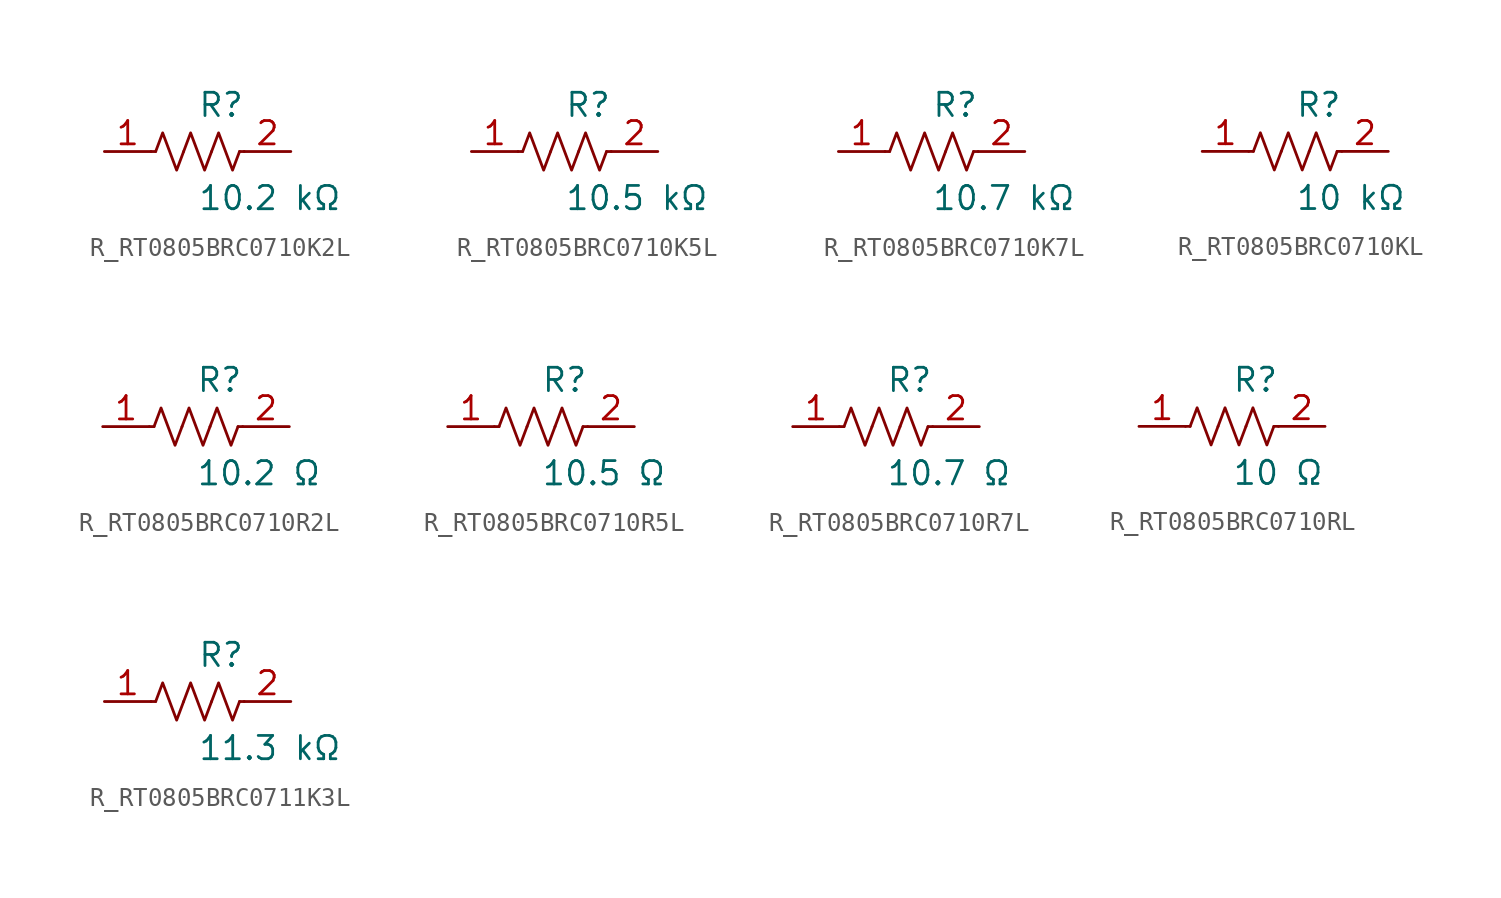
<source format=kicad_sym>
(kicad_symbol_lib
  (version 20231120)
  (generator kicad_symbol_editor)
  (generator_version 8.0)
  (symbol "R_RT0805BRC0710K2L"
    (pin_names
      (offset 0.254))
    (property "Reference" "R"
      (at 0 2.54 0)
      (effects (font (size 1.27 1.27)) (justify left)))
    (property "Value" "10.2 kΩ"
      (at 0 -2.54 0)
      (effects (font (size 1.27 1.27)) (justify left)))
    (symbol "R_RT0805BRC0710K2L_0_1"
      (polyline (pts (xy 2.286 0) (xy 2.54 0)) (stroke (width 0) (type default)) (fill (type none)))
      (polyline (pts (xy -2.286 0) (xy -2.54 0)) (stroke (width 0) (type default)) (fill (type none)))
      (polyline (pts (xy 0.762 0) (xy 1.143 1.016) (xy 1.524 0) (xy 1.905 -1.016) (xy 2.286 0)) (stroke (width 0) (type default)) (fill (type none)))
      (polyline (pts (xy -0.762 0) (xy -0.381 1.016) (xy 0 0) (xy 0.381 -1.016) (xy 0.762 0)) (stroke (width 0) (type default)) (fill (type none)))
      (polyline (pts (xy -2.286 0) (xy -1.905 1.016) (xy -1.524 0) (xy -1.143 -1.016) (xy -0.762 0)) (stroke (width 0) (type default)) (fill (type none))))
    (pin unspecified line
      (at -5.08 0 0)
      (length 2.54)
      (name "" (effects (font (size 1.27 1.27))))
      (number "1" (effects (font (size 1.27 1.27)))))
    (pin unspecified line
      (at 5.08 0 180)
      (length 2.54)
      (name "" (effects (font (size 1.27 1.27))))
      (number "2" (effects (font (size 1.27 1.27))))))
  (symbol "R_RT0805BRC0710K5L"
    (pin_names
      (offset 0.254))
    (property "Reference" "R"
      (at 0 2.54 0)
      (effects (font (size 1.27 1.27)) (justify left)))
    (property "Value" "10.5 kΩ"
      (at 0 -2.54 0)
      (effects (font (size 1.27 1.27)) (justify left)))
    (symbol "R_RT0805BRC0710K5L_0_1"
      (polyline (pts (xy 2.286 0) (xy 2.54 0)) (stroke (width 0) (type default)) (fill (type none)))
      (polyline (pts (xy -2.286 0) (xy -2.54 0)) (stroke (width 0) (type default)) (fill (type none)))
      (polyline (pts (xy 0.762 0) (xy 1.143 1.016) (xy 1.524 0) (xy 1.905 -1.016) (xy 2.286 0)) (stroke (width 0) (type default)) (fill (type none)))
      (polyline (pts (xy -0.762 0) (xy -0.381 1.016) (xy 0 0) (xy 0.381 -1.016) (xy 0.762 0)) (stroke (width 0) (type default)) (fill (type none)))
      (polyline (pts (xy -2.286 0) (xy -1.905 1.016) (xy -1.524 0) (xy -1.143 -1.016) (xy -0.762 0)) (stroke (width 0) (type default)) (fill (type none))))
    (pin unspecified line
      (at -5.08 0 0)
      (length 2.54)
      (name "" (effects (font (size 1.27 1.27))))
      (number "1" (effects (font (size 1.27 1.27)))))
    (pin unspecified line
      (at 5.08 0 180)
      (length 2.54)
      (name "" (effects (font (size 1.27 1.27))))
      (number "2" (effects (font (size 1.27 1.27))))))
  (symbol "R_RT0805BRC0710K7L"
    (pin_names
      (offset 0.254))
    (property "Reference" "R"
      (at 0 2.54 0)
      (effects (font (size 1.27 1.27)) (justify left)))
    (property "Value" "10.7 kΩ"
      (at 0 -2.54 0)
      (effects (font (size 1.27 1.27)) (justify left)))
    (symbol "R_RT0805BRC0710K7L_0_1"
      (polyline (pts (xy 2.286 0) (xy 2.54 0)) (stroke (width 0) (type default)) (fill (type none)))
      (polyline (pts (xy -2.286 0) (xy -2.54 0)) (stroke (width 0) (type default)) (fill (type none)))
      (polyline (pts (xy 0.762 0) (xy 1.143 1.016) (xy 1.524 0) (xy 1.905 -1.016) (xy 2.286 0)) (stroke (width 0) (type default)) (fill (type none)))
      (polyline (pts (xy -0.762 0) (xy -0.381 1.016) (xy 0 0) (xy 0.381 -1.016) (xy 0.762 0)) (stroke (width 0) (type default)) (fill (type none)))
      (polyline (pts (xy -2.286 0) (xy -1.905 1.016) (xy -1.524 0) (xy -1.143 -1.016) (xy -0.762 0)) (stroke (width 0) (type default)) (fill (type none))))
    (pin unspecified line
      (at -5.08 0 0)
      (length 2.54)
      (name "" (effects (font (size 1.27 1.27))))
      (number "1" (effects (font (size 1.27 1.27)))))
    (pin unspecified line
      (at 5.08 0 180)
      (length 2.54)
      (name "" (effects (font (size 1.27 1.27))))
      (number "2" (effects (font (size 1.27 1.27))))))
  (symbol "R_RT0805BRC0710KL"
    (pin_names
      (offset 0.254))
    (property "Reference" "R"
      (at 0 2.54 0)
      (effects (font (size 1.27 1.27)) (justify left)))
    (property "Value" "10 kΩ"
      (at 0 -2.54 0)
      (effects (font (size 1.27 1.27)) (justify left)))
    (symbol "R_RT0805BRC0710KL_0_1"
      (polyline (pts (xy 2.286 0) (xy 2.54 0)) (stroke (width 0) (type default)) (fill (type none)))
      (polyline (pts (xy -2.286 0) (xy -2.54 0)) (stroke (width 0) (type default)) (fill (type none)))
      (polyline (pts (xy 0.762 0) (xy 1.143 1.016) (xy 1.524 0) (xy 1.905 -1.016) (xy 2.286 0)) (stroke (width 0) (type default)) (fill (type none)))
      (polyline (pts (xy -0.762 0) (xy -0.381 1.016) (xy 0 0) (xy 0.381 -1.016) (xy 0.762 0)) (stroke (width 0) (type default)) (fill (type none)))
      (polyline (pts (xy -2.286 0) (xy -1.905 1.016) (xy -1.524 0) (xy -1.143 -1.016) (xy -0.762 0)) (stroke (width 0) (type default)) (fill (type none))))
    (pin unspecified line
      (at -5.08 0 0)
      (length 2.54)
      (name "" (effects (font (size 1.27 1.27))))
      (number "1" (effects (font (size 1.27 1.27)))))
    (pin unspecified line
      (at 5.08 0 180)
      (length 2.54)
      (name "" (effects (font (size 1.27 1.27))))
      (number "2" (effects (font (size 1.27 1.27))))))
  (symbol "R_RT0805BRC0710R2L"
    (pin_names
      (offset 0.254))
    (property "Reference" "R"
      (at 0 2.54 0)
      (effects (font (size 1.27 1.27)) (justify left)))
    (property "Value" "10.2 Ω"
      (at 0 -2.54 0)
      (effects (font (size 1.27 1.27)) (justify left)))
    (symbol "R_RT0805BRC0710R2L_0_1"
      (polyline (pts (xy 2.286 0) (xy 2.54 0)) (stroke (width 0) (type default)) (fill (type none)))
      (polyline (pts (xy -2.286 0) (xy -2.54 0)) (stroke (width 0) (type default)) (fill (type none)))
      (polyline (pts (xy 0.762 0) (xy 1.143 1.016) (xy 1.524 0) (xy 1.905 -1.016) (xy 2.286 0)) (stroke (width 0) (type default)) (fill (type none)))
      (polyline (pts (xy -0.762 0) (xy -0.381 1.016) (xy 0 0) (xy 0.381 -1.016) (xy 0.762 0)) (stroke (width 0) (type default)) (fill (type none)))
      (polyline (pts (xy -2.286 0) (xy -1.905 1.016) (xy -1.524 0) (xy -1.143 -1.016) (xy -0.762 0)) (stroke (width 0) (type default)) (fill (type none))))
    (pin unspecified line
      (at -5.08 0 0)
      (length 2.54)
      (name "" (effects (font (size 1.27 1.27))))
      (number "1" (effects (font (size 1.27 1.27)))))
    (pin unspecified line
      (at 5.08 0 180)
      (length 2.54)
      (name "" (effects (font (size 1.27 1.27))))
      (number "2" (effects (font (size 1.27 1.27))))))
  (symbol "R_RT0805BRC0710R5L"
    (pin_names
      (offset 0.254))
    (property "Reference" "R"
      (at 0 2.54 0)
      (effects (font (size 1.27 1.27)) (justify left)))
    (property "Value" "10.5 Ω"
      (at 0 -2.54 0)
      (effects (font (size 1.27 1.27)) (justify left)))
    (symbol "R_RT0805BRC0710R5L_0_1"
      (polyline (pts (xy 2.286 0) (xy 2.54 0)) (stroke (width 0) (type default)) (fill (type none)))
      (polyline (pts (xy -2.286 0) (xy -2.54 0)) (stroke (width 0) (type default)) (fill (type none)))
      (polyline (pts (xy 0.762 0) (xy 1.143 1.016) (xy 1.524 0) (xy 1.905 -1.016) (xy 2.286 0)) (stroke (width 0) (type default)) (fill (type none)))
      (polyline (pts (xy -0.762 0) (xy -0.381 1.016) (xy 0 0) (xy 0.381 -1.016) (xy 0.762 0)) (stroke (width 0) (type default)) (fill (type none)))
      (polyline (pts (xy -2.286 0) (xy -1.905 1.016) (xy -1.524 0) (xy -1.143 -1.016) (xy -0.762 0)) (stroke (width 0) (type default)) (fill (type none))))
    (pin unspecified line
      (at -5.08 0 0)
      (length 2.54)
      (name "" (effects (font (size 1.27 1.27))))
      (number "1" (effects (font (size 1.27 1.27)))))
    (pin unspecified line
      (at 5.08 0 180)
      (length 2.54)
      (name "" (effects (font (size 1.27 1.27))))
      (number "2" (effects (font (size 1.27 1.27))))))
  (symbol "R_RT0805BRC0710R7L"
    (pin_names
      (offset 0.254))
    (property "Reference" "R"
      (at 0 2.54 0)
      (effects (font (size 1.27 1.27)) (justify left)))
    (property "Value" "10.7 Ω"
      (at 0 -2.54 0)
      (effects (font (size 1.27 1.27)) (justify left)))
    (symbol "R_RT0805BRC0710R7L_0_1"
      (polyline (pts (xy 2.286 0) (xy 2.54 0)) (stroke (width 0) (type default)) (fill (type none)))
      (polyline (pts (xy -2.286 0) (xy -2.54 0)) (stroke (width 0) (type default)) (fill (type none)))
      (polyline (pts (xy 0.762 0) (xy 1.143 1.016) (xy 1.524 0) (xy 1.905 -1.016) (xy 2.286 0)) (stroke (width 0) (type default)) (fill (type none)))
      (polyline (pts (xy -0.762 0) (xy -0.381 1.016) (xy 0 0) (xy 0.381 -1.016) (xy 0.762 0)) (stroke (width 0) (type default)) (fill (type none)))
      (polyline (pts (xy -2.286 0) (xy -1.905 1.016) (xy -1.524 0) (xy -1.143 -1.016) (xy -0.762 0)) (stroke (width 0) (type default)) (fill (type none))))
    (pin unspecified line
      (at -5.08 0 0)
      (length 2.54)
      (name "" (effects (font (size 1.27 1.27))))
      (number "1" (effects (font (size 1.27 1.27)))))
    (pin unspecified line
      (at 5.08 0 180)
      (length 2.54)
      (name "" (effects (font (size 1.27 1.27))))
      (number "2" (effects (font (size 1.27 1.27))))))
  (symbol "R_RT0805BRC0710RL"
    (pin_names
      (offset 0.254))
    (property "Reference" "R"
      (at 0 2.54 0)
      (effects (font (size 1.27 1.27)) (justify left)))
    (property "Value" "10 Ω"
      (at 0 -2.54 0)
      (effects (font (size 1.27 1.27)) (justify left)))
    (symbol "R_RT0805BRC0710RL_0_1"
      (polyline (pts (xy 2.286 0) (xy 2.54 0)) (stroke (width 0) (type default)) (fill (type none)))
      (polyline (pts (xy -2.286 0) (xy -2.54 0)) (stroke (width 0) (type default)) (fill (type none)))
      (polyline (pts (xy 0.762 0) (xy 1.143 1.016) (xy 1.524 0) (xy 1.905 -1.016) (xy 2.286 0)) (stroke (width 0) (type default)) (fill (type none)))
      (polyline (pts (xy -0.762 0) (xy -0.381 1.016) (xy 0 0) (xy 0.381 -1.016) (xy 0.762 0)) (stroke (width 0) (type default)) (fill (type none)))
      (polyline (pts (xy -2.286 0) (xy -1.905 1.016) (xy -1.524 0) (xy -1.143 -1.016) (xy -0.762 0)) (stroke (width 0) (type default)) (fill (type none))))
    (pin unspecified line
      (at -5.08 0 0)
      (length 2.54)
      (name "" (effects (font (size 1.27 1.27))))
      (number "1" (effects (font (size 1.27 1.27)))))
    (pin unspecified line
      (at 5.08 0 180)
      (length 2.54)
      (name "" (effects (font (size 1.27 1.27))))
      (number "2" (effects (font (size 1.27 1.27))))))
  (symbol "R_RT0805BRC0711K3L"
    (pin_names
      (offset 0.254))
    (property "Reference" "R"
      (at 0 2.54 0)
      (effects (font (size 1.27 1.27)) (justify left)))
    (property "Value" "11.3 kΩ"
      (at 0 -2.54 0)
      (effects (font (size 1.27 1.27)) (justify left)))
    (symbol "R_RT0805BRC0711K3L_0_1"
      (polyline (pts (xy 2.286 0) (xy 2.54 0)) (stroke (width 0) (type default)) (fill (type none)))
      (polyline (pts (xy -2.286 0) (xy -2.54 0)) (stroke (width 0) (type default)) (fill (type none)))
      (polyline (pts (xy 0.762 0) (xy 1.143 1.016) (xy 1.524 0) (xy 1.905 -1.016) (xy 2.286 0)) (stroke (width 0) (type default)) (fill (type none)))
      (polyline (pts (xy -0.762 0) (xy -0.381 1.016) (xy 0 0) (xy 0.381 -1.016) (xy 0.762 0)) (stroke (width 0) (type default)) (fill (type none)))
      (polyline (pts (xy -2.286 0) (xy -1.905 1.016) (xy -1.524 0) (xy -1.143 -1.016) (xy -0.762 0)) (stroke (width 0) (type default)) (fill (type none))))
    (pin unspecified line
      (at -5.08 0 0)
      (length 2.54)
      (name "" (effects (font (size 1.27 1.27))))
      (number "1" (effects (font (size 1.27 1.27)))))
    (pin unspecified line
      (at 5.08 0 180)
      (length 2.54)
      (name "" (effects (font (size 1.27 1.27))))
      (number "2" (effects (font (size 1.27 1.27)))))))
</source>
